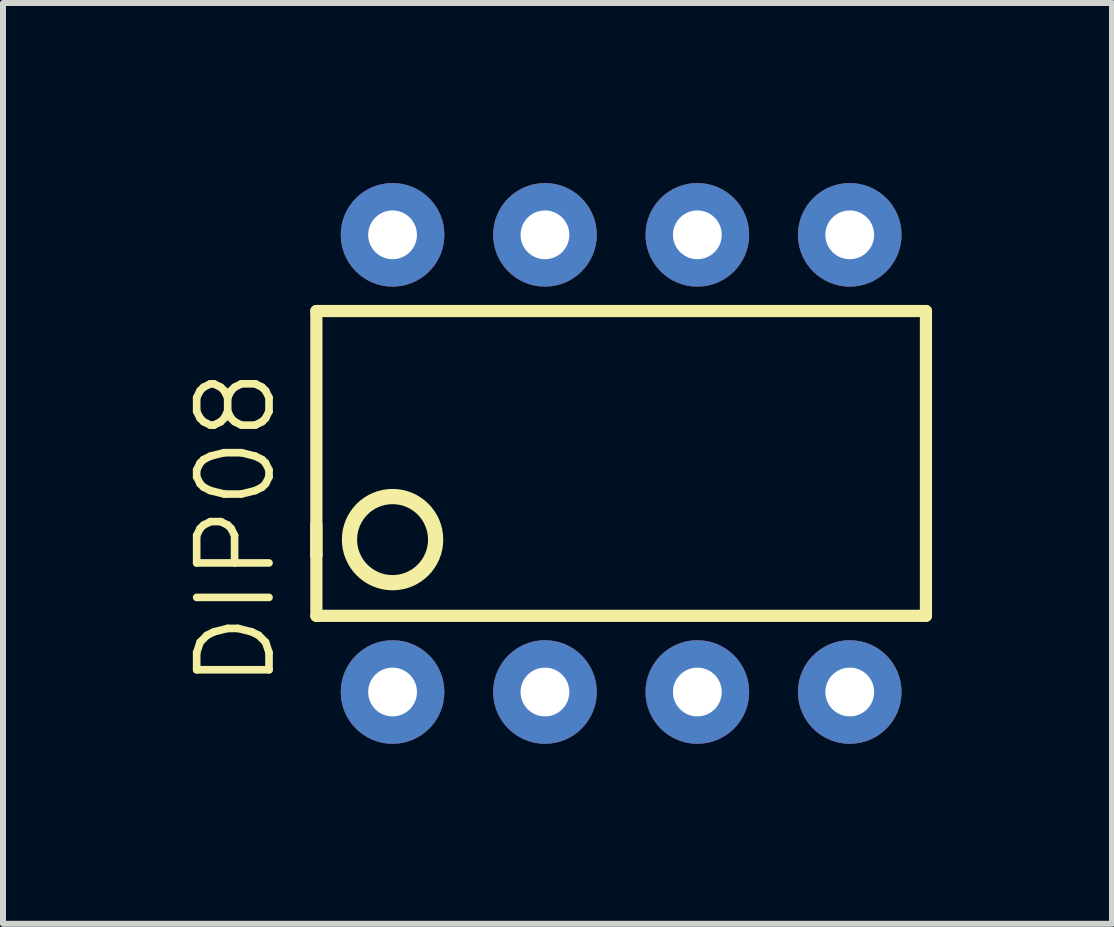
<source format=kicad_pcb>
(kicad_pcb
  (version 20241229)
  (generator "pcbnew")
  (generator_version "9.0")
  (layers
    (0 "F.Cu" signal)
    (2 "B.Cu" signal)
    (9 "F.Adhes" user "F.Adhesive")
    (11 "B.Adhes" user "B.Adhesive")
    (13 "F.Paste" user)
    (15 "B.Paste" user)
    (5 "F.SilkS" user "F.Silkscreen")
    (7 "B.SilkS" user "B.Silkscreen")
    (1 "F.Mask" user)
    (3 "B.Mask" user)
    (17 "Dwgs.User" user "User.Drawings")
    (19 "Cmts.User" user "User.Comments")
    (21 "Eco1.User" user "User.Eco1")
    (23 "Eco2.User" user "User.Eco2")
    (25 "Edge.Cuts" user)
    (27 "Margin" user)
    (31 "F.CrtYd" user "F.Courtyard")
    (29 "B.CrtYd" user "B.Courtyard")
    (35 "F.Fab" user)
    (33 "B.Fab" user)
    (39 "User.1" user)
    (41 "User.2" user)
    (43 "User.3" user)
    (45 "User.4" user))
  (footprint "DIP08"
    (layer "F.Cu")
    (at 7.303 4.674)
    (property "Reference" "DIP08" (at -5.715 3.81 90) (layer "F.SilkS") (effects (font (size 1.206 1.206) (thickness 0.127)) (justify left bottom)))
    (attr through_hole)
    (fp_line (start -5.08 -2.54) (end -5.08 1.524) (stroke (width 0.203) (type solid)) (layer "F.SilkS"))
    (fp_line (start -5.08 -2.54) (end 5.08 -2.54) (stroke (width 0.203) (type solid)) (layer "F.SilkS"))
    (fp_line (start -5.08 1.524) (end -5.08 1.016) (stroke (width 0.203) (type solid)) (layer "F.SilkS"))
    (fp_line (start -5.08 2.54) (end -5.08 1.524) (stroke (width 0.203) (type solid)) (layer "F.SilkS"))
    (fp_line (start -5.08 2.54) (end 5.08 2.54) (stroke (width 0.203) (type solid)) (layer "F.SilkS"))
    (fp_line (start 5.08 -2.54) (end 5.08 2.54) (stroke (width 0.203) (type solid)) (layer "F.SilkS"))
    (fp_circle (center -3.81 1.27) (end -3.092 1.27) (stroke (width 0.254) (type solid)) (fill no) (layer "F.SilkS"))
    (pad "1" thru_hole circle (at -3.81 3.81) (size 1.727 1.727) (drill 0.813) (layers "*.Cu" "*.Mask"))
    (pad "2" thru_hole circle (at -1.27 3.81) (size 1.727 1.727) (drill 0.813) (layers "*.Cu" "*.Mask"))
    (pad "3" thru_hole circle (at 1.27 3.81) (size 1.727 1.727) (drill 0.813) (layers "*.Cu" "*.Mask"))
    (pad "4" thru_hole circle (at 3.81 3.81) (size 1.727 1.727) (drill 0.813) (layers "*.Cu" "*.Mask"))
    (pad "5" thru_hole circle (at 3.81 -3.81) (size 1.727 1.727) (drill 0.813) (layers "*.Cu" "*.Mask"))
    (pad "6" thru_hole circle (at 1.27 -3.81) (size 1.727 1.727) (drill 0.813) (layers "*.Cu" "*.Mask"))
    (pad "7" thru_hole circle (at -1.27 -3.81) (size 1.727 1.727) (drill 0.813) (layers "*.Cu" "*.Mask"))
    (pad "8" thru_hole circle (at -3.81 -3.81) (size 1.727 1.727) (drill 0.813) (layers "*.Cu" "*.Mask")))
  (gr_rect
    (start -3 -3)
    (end 15.484 12.347)
    (stroke (width 0.1) (type default))
    (fill no)
    (layer "Edge.Cuts")))
</source>
